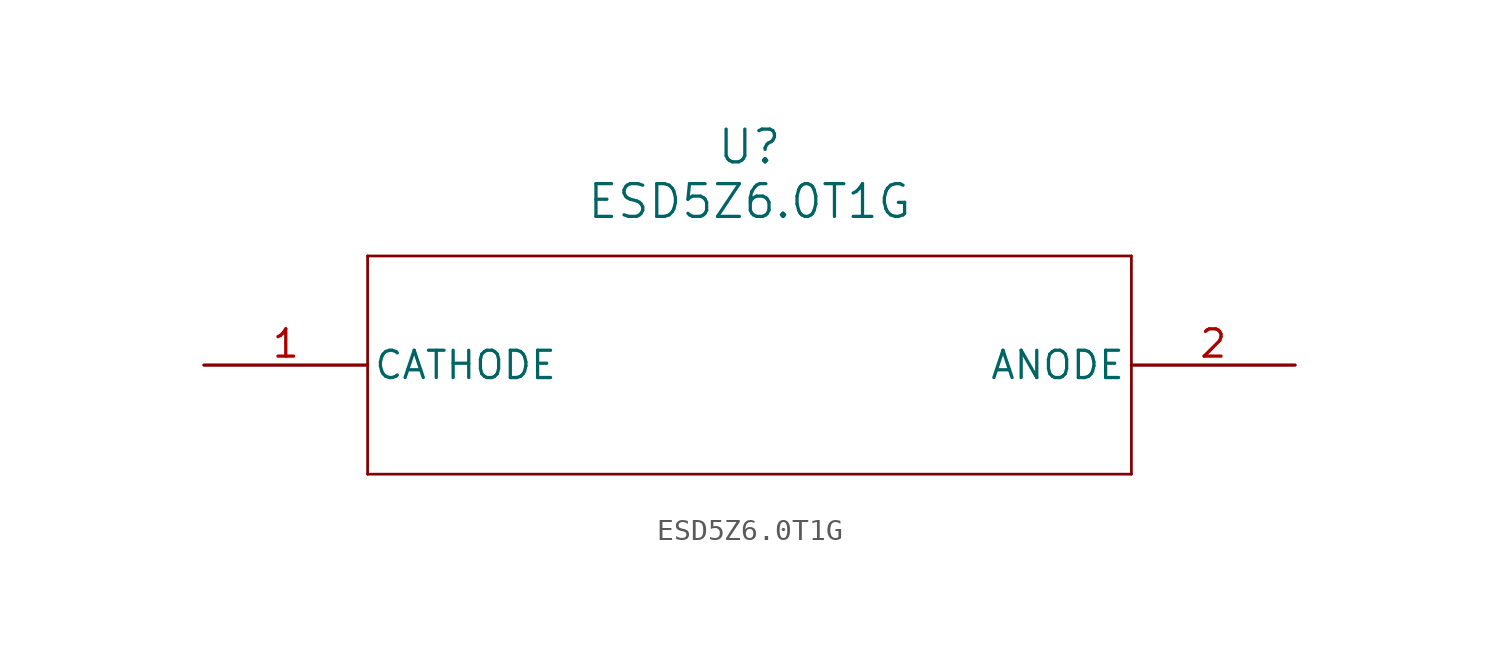
<source format=kicad_sym>
(kicad_symbol_lib
  (version 20241209)
  (generator "kicad_symbol_editor")
  (generator_version "9.0")
  (symbol "ESD5Z6.0T1G"
    (pin_names
      (offset 0.254))
    (property "Reference" "U"
      (at 25.4 10.16 0)
      (effects (font (size 1.524 1.524))))
    (property "Value" "ESD5Z6.0T1G"
      (at 25.4 7.62 0)
      (effects (font (size 1.524 1.524))))
    (property "ki_locked" ""
      (at 0 0 0)
      (effects (font (size 1.27 1.27))))
    (symbol "ESD5Z6.0T1G_0_1"
      (polyline (pts (xy 7.62 5.08) (xy 7.62 -5.08)) (stroke (width 0.127) (type default)) (fill (type none)))
      (polyline (pts (xy 7.62 -5.08) (xy 43.18 -5.08)) (stroke (width 0.127) (type default)) (fill (type none)))
      (polyline (pts (xy 43.18 5.08) (xy 7.62 5.08)) (stroke (width 0.127) (type default)) (fill (type none)))
      (polyline (pts (xy 43.18 -5.08) (xy 43.18 5.08)) (stroke (width 0.127) (type default)) (fill (type none)))
      (pin unspecified line (at 0 0 0) (length 7.62) (name "CATHODE" (effects (font (size 1.27 1.27)))) (number "1" (effects (font (size 1.27 1.27)))))
      (pin unspecified line (at 50.8 0 180) (length 7.62) (name "ANODE" (effects (font (size 1.27 1.27)))) (number "2" (effects (font (size 1.27 1.27))))))))
</source>
